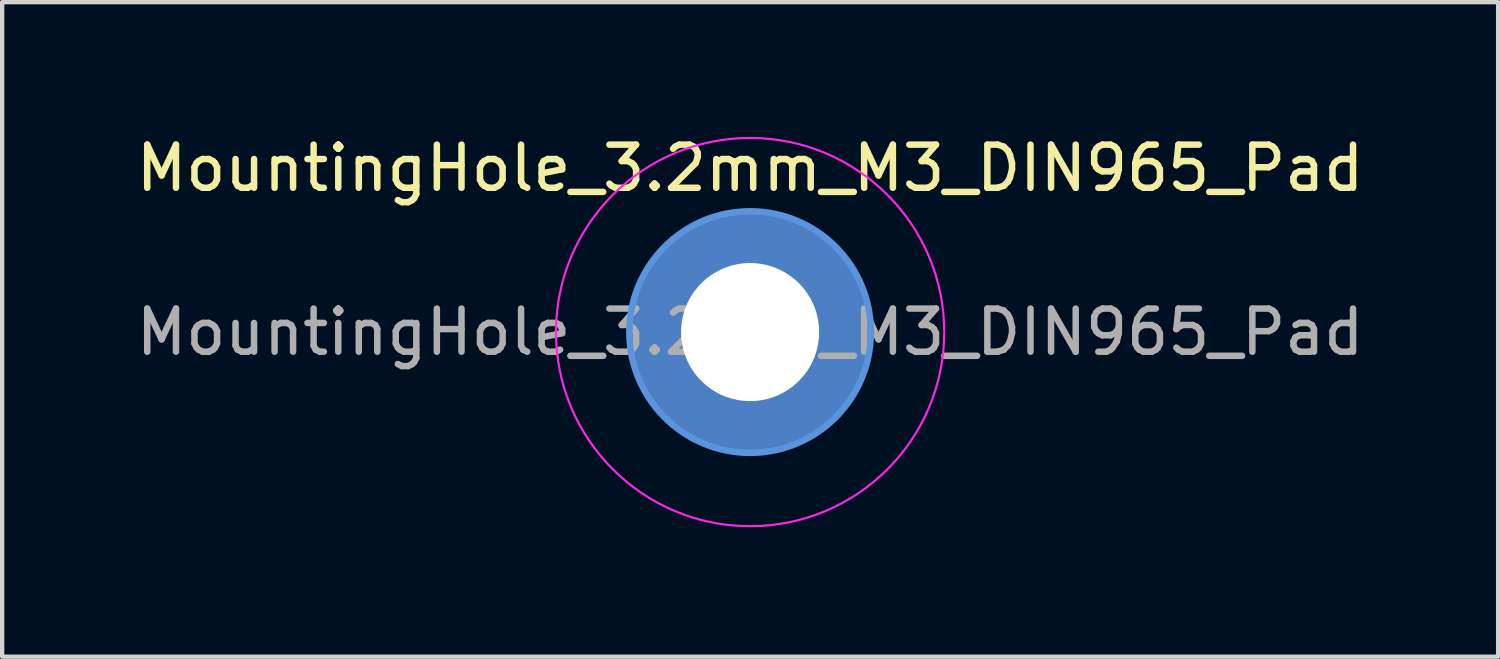
<source format=kicad_pcb>
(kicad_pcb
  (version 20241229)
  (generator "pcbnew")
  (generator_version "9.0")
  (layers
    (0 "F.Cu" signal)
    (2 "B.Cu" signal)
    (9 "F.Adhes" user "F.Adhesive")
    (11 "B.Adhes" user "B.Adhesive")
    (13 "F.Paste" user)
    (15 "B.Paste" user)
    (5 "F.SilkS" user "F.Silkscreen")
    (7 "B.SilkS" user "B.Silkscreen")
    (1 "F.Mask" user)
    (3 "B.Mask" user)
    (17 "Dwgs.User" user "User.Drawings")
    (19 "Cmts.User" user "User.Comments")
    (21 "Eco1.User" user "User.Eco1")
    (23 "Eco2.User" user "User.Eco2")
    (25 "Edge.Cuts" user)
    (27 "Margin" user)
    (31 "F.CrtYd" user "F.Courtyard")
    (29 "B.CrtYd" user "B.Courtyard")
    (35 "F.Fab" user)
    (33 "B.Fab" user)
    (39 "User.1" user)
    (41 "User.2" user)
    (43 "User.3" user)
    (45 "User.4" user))
  (footprint "MountingHole_3.2mm_M3_DIN965_Pad"
    (layer "F.Cu")
    (at 14.339 4.648)
    (property "Reference" "MountingHole_3.2mm_M3_DIN965_Pad" (at 0 -3.8 0) (layer "F.SilkS") (effects (font (size 1 1) (thickness 0.15))))
    (attr exclude_from_pos_files exclude_from_bom)
    (fp_circle (center 0 0) (end 2.8 0) (stroke (width 0.15) (type solid)) (fill no) (layer "Cmts.User"))
    (fp_circle (center 0 0) (end 4.5 0) (stroke (width 0.05) (type solid)) (fill no) (layer "F.CrtYd"))
    (fp_text user "${REFERENCE}" (at 0 0 0) (layer "F.Fab") (effects (font (size 1 1) (thickness 0.15))))
    (pad "1" thru_hole circle (at 0 0) (size 5.6 5.6) (drill 3.2) (layers "*.Cu" "*.Mask")))
  (gr_rect
    (start -3 -3)
    (end 31.679 12.173)
    (stroke (width 0.1) (type default))
    (fill no)
    (layer "Edge.Cuts")))
</source>
